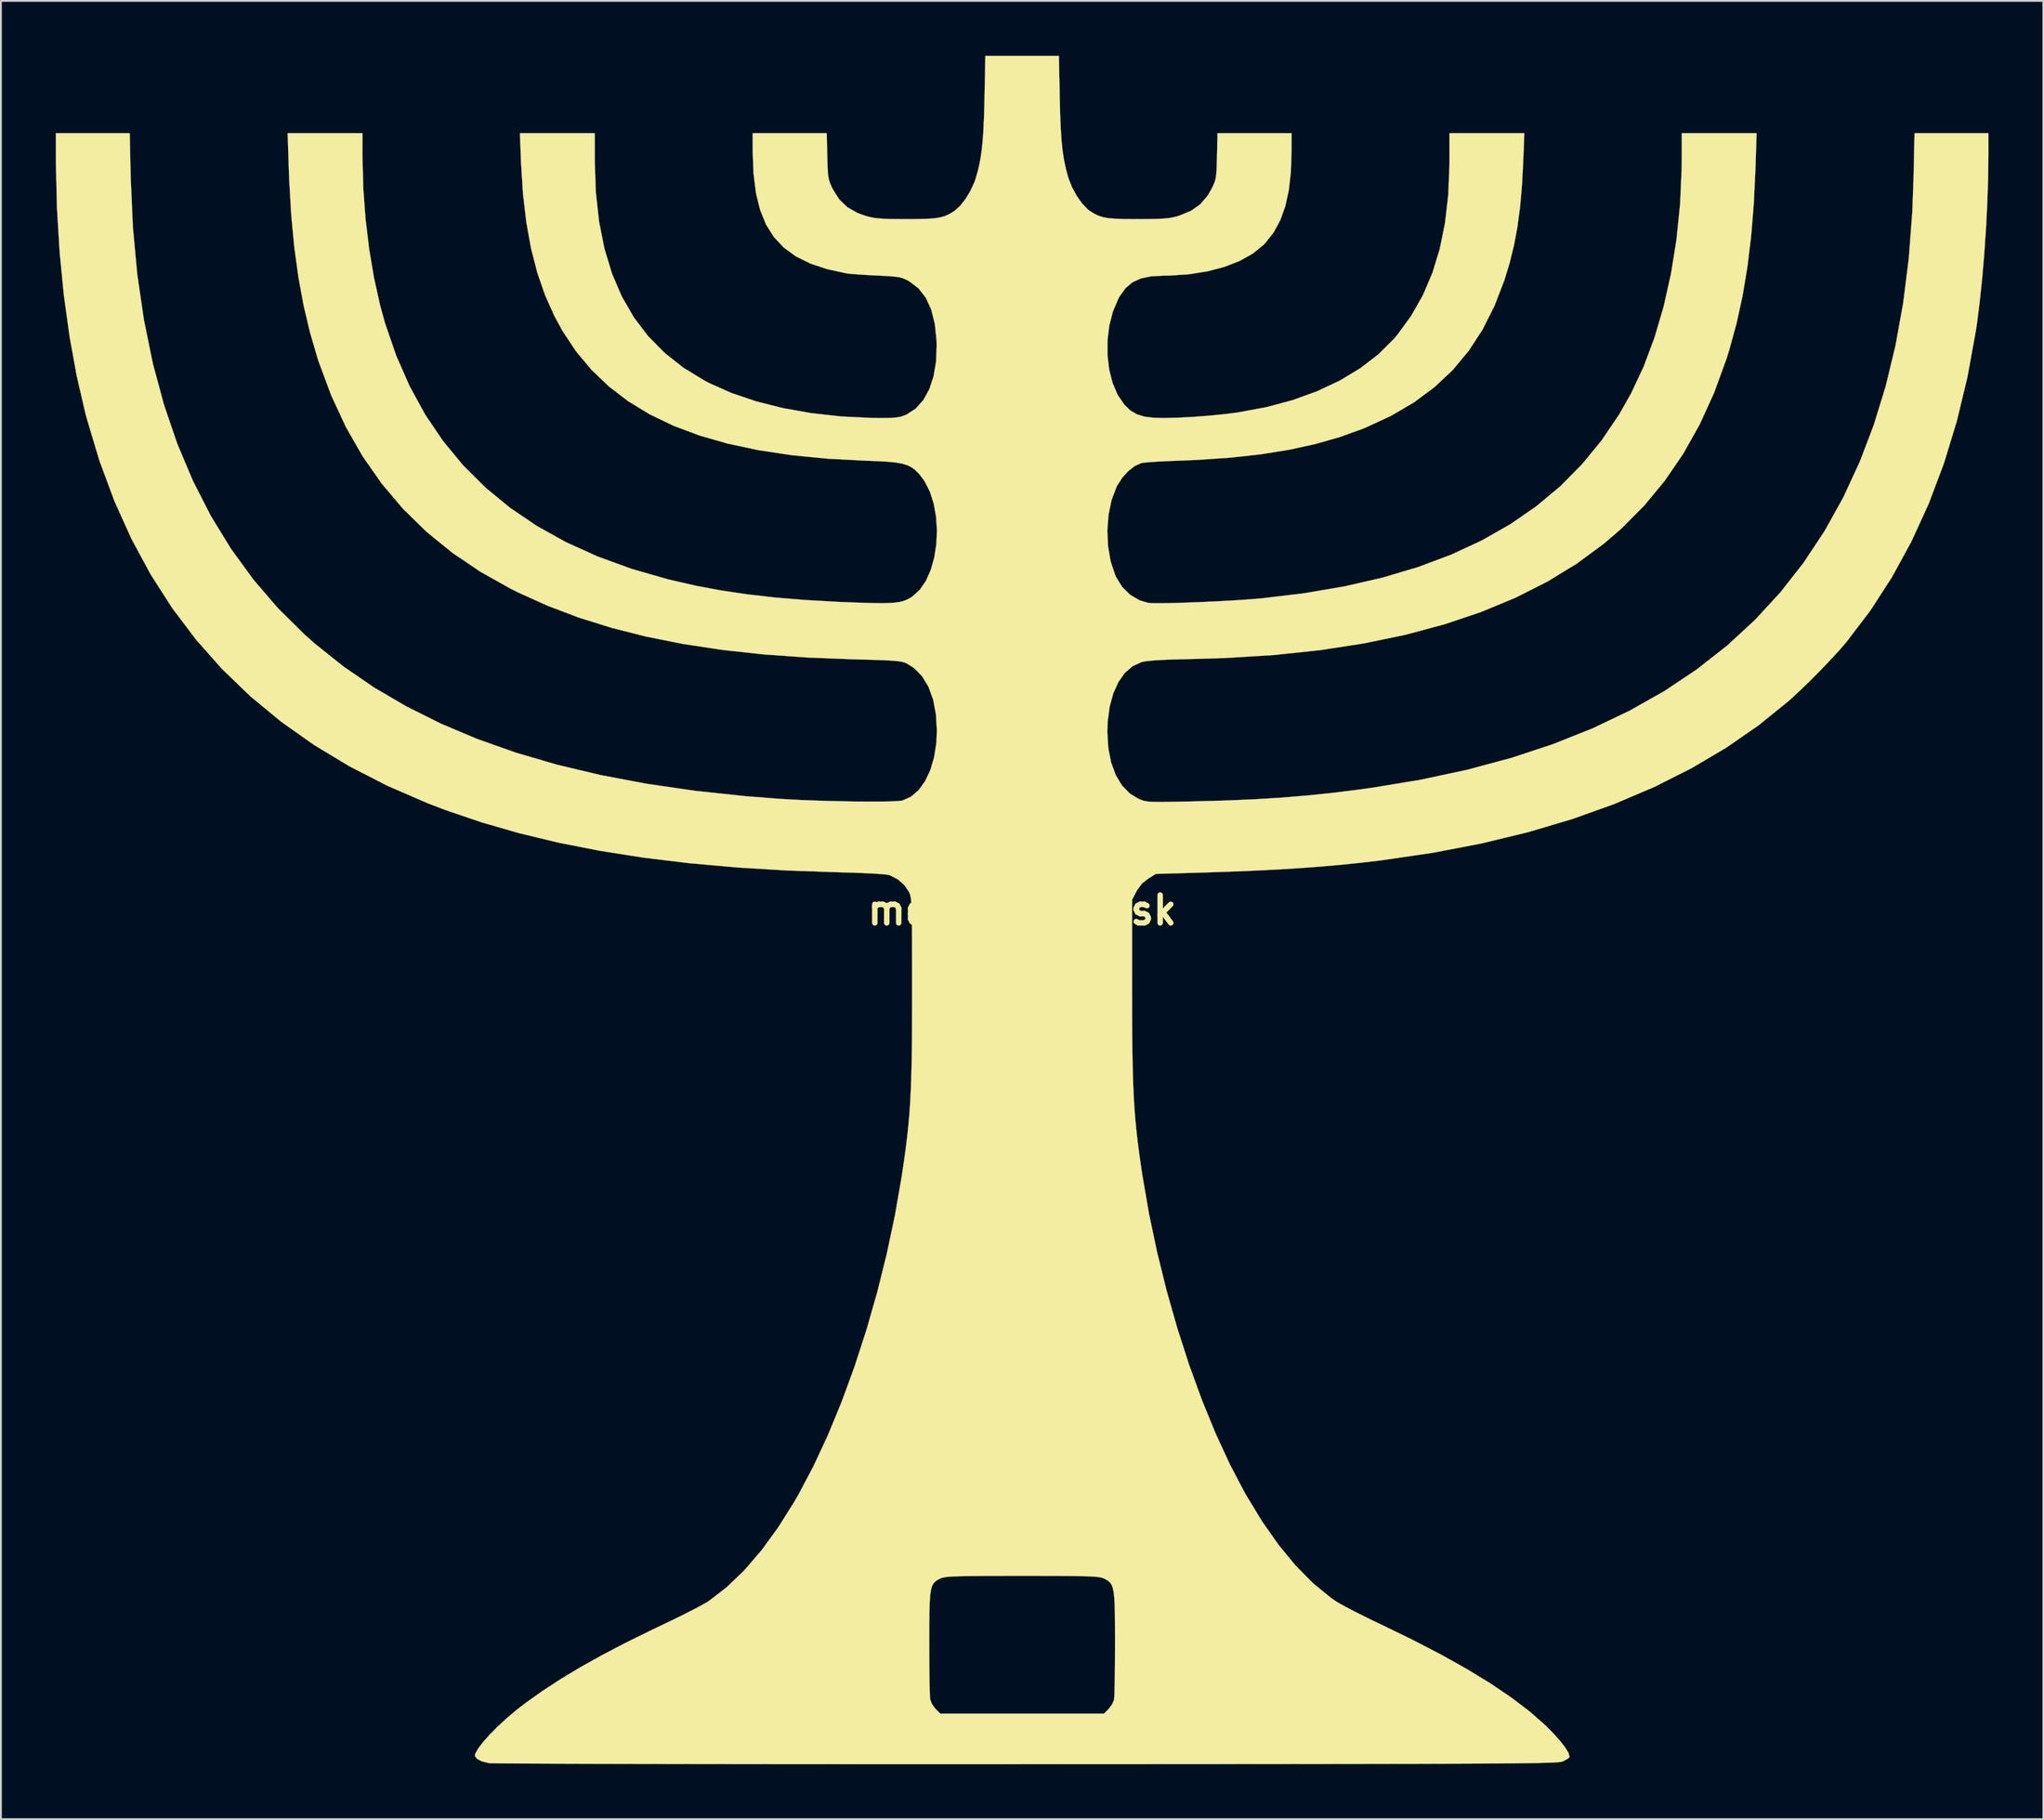
<source format=kicad_pcb>
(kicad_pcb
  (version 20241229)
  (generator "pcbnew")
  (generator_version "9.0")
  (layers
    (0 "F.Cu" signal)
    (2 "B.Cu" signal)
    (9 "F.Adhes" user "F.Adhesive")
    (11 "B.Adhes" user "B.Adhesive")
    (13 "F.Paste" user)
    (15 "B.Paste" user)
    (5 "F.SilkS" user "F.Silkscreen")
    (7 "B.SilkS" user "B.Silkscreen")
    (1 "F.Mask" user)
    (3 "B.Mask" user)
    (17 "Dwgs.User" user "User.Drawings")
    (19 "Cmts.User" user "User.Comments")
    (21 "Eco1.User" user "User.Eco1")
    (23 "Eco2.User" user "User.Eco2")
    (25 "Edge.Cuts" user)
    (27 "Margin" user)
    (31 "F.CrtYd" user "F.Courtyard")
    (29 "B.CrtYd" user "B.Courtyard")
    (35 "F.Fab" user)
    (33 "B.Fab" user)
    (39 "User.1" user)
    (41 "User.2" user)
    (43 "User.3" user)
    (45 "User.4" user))
  (footprint "menorah_mask"
    (layer "F.Cu")
    (at 52.837 46.741)
    (property "Reference" "menorah_mask" (at 0 0 0) (layer "F.SilkS") (effects (font (size 1.524 1.524) (thickness 0.3))))
    (attr through_hole)
    (fp_poly (pts (xy 2.056 -44.429) (xy 2.079 -43.513) (xy 2.112 -42.741) (xy 2.156 -42.087) (xy 2.215 -41.523) (xy 2.292 -41.025) (xy 2.39 -40.567) (xy 2.51 -40.122) (xy 2.539 -40.03) (xy 2.729 -39.545) (xy 2.989 -39.07) (xy 3.287 -38.651) (xy 3.593 -38.335) (xy 3.703 -38.252) (xy 3.94 -38.105) (xy 4.167 -37.994) (xy 4.413 -37.914) (xy 4.706 -37.86) (xy 5.075 -37.828) (xy 5.548 -37.811) (xy 6.154 -37.807) (xy 6.35 -37.807) (xy 6.943 -37.81) (xy 7.398 -37.818) (xy 7.748 -37.835) (xy 8.023 -37.862) (xy 8.255 -37.903) (xy 8.477 -37.96) (xy 8.594 -37.995) (xy 9.233 -38.259) (xy 9.742 -38.618) (xy 10.144 -39.089) (xy 10.329 -39.407) (xy 10.444 -39.636) (xy 10.525 -39.826) (xy 10.579 -40.013) (xy 10.613 -40.236) (xy 10.634 -40.531) (xy 10.647 -40.936) (xy 10.655 -41.245) (xy 10.684 -42.503) (xy 14.732 -42.503) (xy 14.731 -41.55) (xy 14.694 -40.402) (xy 14.582 -39.394) (xy 14.39 -38.513) (xy 14.115 -37.747) (xy 13.754 -37.082) (xy 13.301 -36.505) (xy 13.192 -36.391) (xy 12.616 -35.923) (xy 11.901 -35.522) (xy 11.066 -35.196) (xy 10.128 -34.949) (xy 9.105 -34.787) (xy 8.016 -34.716) (xy 7.743 -34.713) (xy 7.05 -34.677) (xy 6.488 -34.56) (xy 6.032 -34.35) (xy 5.659 -34.035) (xy 5.345 -33.602) (xy 5.262 -33.455) (xy 4.964 -32.755) (xy 4.766 -31.987) (xy 4.667 -31.182) (xy 4.665 -30.369) (xy 4.759 -29.579) (xy 4.946 -28.842) (xy 5.225 -28.189) (xy 5.594 -27.649) (xy 5.596 -27.648) (xy 5.911 -27.346) (xy 6.262 -27.135) (xy 6.684 -27.003) (xy 7.211 -26.938) (xy 7.662 -26.925) (xy 8.452 -26.941) (xy 9.341 -26.986) (xy 10.261 -27.056) (xy 11.145 -27.146) (xy 11.769 -27.227) (xy 13.317 -27.511) (xy 14.772 -27.899) (xy 16.125 -28.388) (xy 17.365 -28.971) (xy 18.483 -29.645) (xy 19.472 -30.405) (xy 20.32 -31.246) (xy 20.515 -31.476) (xy 21.275 -32.518) (xy 21.913 -33.644) (xy 22.432 -34.86) (xy 22.835 -36.175) (xy 23.124 -37.596) (xy 23.3 -39.132) (xy 23.367 -40.791) (xy 23.368 -41) (xy 23.368 -42.503) (xy 27.458 -42.503) (xy 27.398 -40.963) (xy 27.329 -39.644) (xy 27.225 -38.46) (xy 27.081 -37.38) (xy 26.893 -36.373) (xy 26.655 -35.408) (xy 26.371 -34.474) (xy 25.826 -33.057) (xy 25.177 -31.768) (xy 24.417 -30.601) (xy 23.541 -29.551) (xy 22.542 -28.611) (xy 21.414 -27.775) (xy 20.152 -27.036) (xy 18.751 -26.389) (xy 18.623 -26.337) (xy 17.367 -25.885) (xy 16.029 -25.503) (xy 14.594 -25.189) (xy 13.048 -24.941) (xy 11.379 -24.757) (xy 9.571 -24.634) (xy 8.551 -24.593) (xy 8.005 -24.572) (xy 7.499 -24.547) (xy 7.063 -24.519) (xy 6.728 -24.491) (xy 6.527 -24.465) (xy 6.51 -24.461) (xy 6.159 -24.302) (xy 5.797 -24.017) (xy 5.461 -23.643) (xy 5.188 -23.215) (xy 5.167 -23.173) (xy 4.894 -22.451) (xy 4.724 -21.637) (xy 4.658 -20.776) (xy 4.697 -19.91) (xy 4.84 -19.081) (xy 5.089 -18.334) (xy 5.132 -18.237) (xy 5.468 -17.691) (xy 5.904 -17.258) (xy 6.416 -16.955) (xy 6.9 -16.813) (xy 7.102 -16.799) (xy 7.449 -16.795) (xy 7.914 -16.799) (xy 8.474 -16.812) (xy 9.103 -16.833) (xy 9.777 -16.859) (xy 10.471 -16.891) (xy 11.16 -16.926) (xy 11.82 -16.965) (xy 12.424 -17.007) (xy 12.949 -17.049) (xy 13.081 -17.061) (xy 15.425 -17.341) (xy 17.631 -17.718) (xy 19.703 -18.194) (xy 21.643 -18.771) (xy 23.452 -19.448) (xy 25.133 -20.229) (xy 26.688 -21.113) (xy 28.12 -22.103) (xy 29.43 -23.198) (xy 30.62 -24.402) (xy 31.694 -25.714) (xy 32.653 -27.136) (xy 33.3 -28.279) (xy 33.984 -29.737) (xy 34.577 -31.324) (xy 35.076 -33.022) (xy 35.478 -34.815) (xy 35.779 -36.686) (xy 35.976 -38.617) (xy 36.063 -40.592) (xy 36.068 -41.165) (xy 36.068 -42.503) (xy 40.158 -42.503) (xy 40.099 -40.661) (xy 40.008 -38.708) (xy 39.862 -36.896) (xy 39.658 -35.206) (xy 39.393 -33.617) (xy 39.064 -32.109) (xy 38.668 -30.663) (xy 38.509 -30.156) (xy 37.835 -28.306) (xy 37.05 -26.582) (xy 36.153 -24.981) (xy 35.139 -23.498) (xy 34.007 -22.128) (xy 32.753 -20.867) (xy 31.792 -20.041) (xy 30.321 -18.958) (xy 28.714 -17.976) (xy 26.973 -17.096) (xy 25.098 -16.318) (xy 23.09 -15.642) (xy 20.949 -15.068) (xy 18.676 -14.596) (xy 16.272 -14.227) (xy 13.736 -13.96) (xy 11.071 -13.797) (xy 9.483 -13.749) (xy 8.65 -13.73) (xy 7.972 -13.709) (xy 7.434 -13.683) (xy 7.023 -13.652) (xy 6.723 -13.616) (xy 6.534 -13.578) (xy 6.048 -13.358) (xy 5.623 -12.992) (xy 5.268 -12.493) (xy 4.987 -11.875) (xy 4.788 -11.151) (xy 4.678 -10.334) (xy 4.657 -9.755) (xy 4.71 -8.873) (xy 4.866 -8.083) (xy 5.118 -7.396) (xy 5.461 -6.826) (xy 5.89 -6.384) (xy 6.372 -6.094) (xy 6.501 -6.04) (xy 6.624 -5.997) (xy 6.761 -5.966) (xy 6.933 -5.944) (xy 7.16 -5.931) (xy 7.465 -5.926) (xy 7.867 -5.928) (xy 8.387 -5.936) (xy 9.047 -5.948) (xy 9.398 -5.956) (xy 11.092 -6.002) (xy 12.657 -6.068) (xy 14.13 -6.158) (xy 15.55 -6.275) (xy 16.957 -6.42) (xy 18.389 -6.598) (xy 19.092 -6.695) (xy 21.778 -7.138) (xy 24.33 -7.684) (xy 26.75 -8.335) (xy 29.038 -9.091) (xy 31.195 -9.953) (xy 33.223 -10.921) (xy 35.123 -11.996) (xy 36.894 -13.179) (xy 38.539 -14.471) (xy 40.059 -15.872) (xy 41.453 -17.383) (xy 42.724 -19.005) (xy 43.872 -20.738) (xy 44.898 -22.583) (xy 45.803 -24.54) (xy 46.561 -26.533) (xy 47.214 -28.653) (xy 47.751 -30.876) (xy 48.173 -33.208) (xy 48.48 -35.652) (xy 48.674 -38.214) (xy 48.743 -40.111) (xy 48.794 -42.503) (xy 52.832 -42.503) (xy 52.832 -41.295) (xy 52.817 -40.039) (xy 52.772 -38.7) (xy 52.702 -37.318) (xy 52.608 -35.932) (xy 52.493 -34.581) (xy 52.36 -33.304) (xy 52.213 -32.141) (xy 52.149 -31.708) (xy 51.687 -29.168) (xy 51.103 -26.745) (xy 50.399 -24.438) (xy 49.573 -22.248) (xy 48.626 -20.175) (xy 47.559 -18.221) (xy 46.372 -16.385) (xy 45.064 -14.668) (xy 45.037 -14.635) (xy 44.661 -14.201) (xy 44.192 -13.691) (xy 43.665 -13.141) (xy 43.115 -12.586) (xy 42.576 -12.062) (xy 42.084 -11.603) (xy 41.91 -11.448) (xy 40.276 -10.124) (xy 38.506 -8.898) (xy 36.601 -7.772) (xy 34.564 -6.746) (xy 32.397 -5.821) (xy 30.101 -4.998) (xy 27.679 -4.277) (xy 25.132 -3.66) (xy 22.462 -3.146) (xy 19.672 -2.737) (xy 19.473 -2.712) (xy 18.402 -2.588) (xy 17.336 -2.48) (xy 16.251 -2.385) (xy 15.122 -2.302) (xy 13.926 -2.229) (xy 12.637 -2.165) (xy 11.232 -2.109) (xy 9.686 -2.058) (xy 9.391 -2.05) (xy 7.31 -1.99) (xy 6.897 -1.734) (xy 6.554 -1.465) (xy 6.296 -1.114) (xy 6.248 -1.026) (xy 6.011 -0.573) (xy 6.012 4.264) (xy 6.013 5.552) (xy 6.019 6.69) (xy 6.029 7.697) (xy 6.045 8.594) (xy 6.068 9.398) (xy 6.099 10.13) (xy 6.139 10.81) (xy 6.19 11.455) (xy 6.251 12.087) (xy 6.325 12.724) (xy 6.412 13.386) (xy 6.514 14.092) (xy 6.572 14.478) (xy 6.934 16.584) (xy 7.379 18.698) (xy 7.898 20.799) (xy 8.486 22.864) (xy 9.134 24.873) (xy 9.836 26.802) (xy 10.585 28.63) (xy 11.373 30.335) (xy 12.194 31.896) (xy 12.231 31.962) (xy 13.117 33.421) (xy 14.025 34.716) (xy 14.954 35.844) (xy 15.905 36.807) (xy 16.875 37.601) (xy 17.119 37.772) (xy 17.347 37.911) (xy 17.7 38.105) (xy 18.149 38.34) (xy 18.666 38.601) (xy 19.221 38.872) (xy 19.581 39.044) (xy 21.335 39.897) (xy 22.927 40.723) (xy 24.359 41.527) (xy 25.638 42.309) (xy 26.765 43.074) (xy 27.747 43.823) (xy 28.587 44.56) (xy 29.055 45.03) (xy 29.433 45.454) (xy 29.71 45.814) (xy 29.878 46.098) (xy 29.928 46.29) (xy 29.913 46.339) (xy 29.812 46.42) (xy 29.618 46.527) (xy 29.559 46.554) (xy 29.523 46.567) (xy 29.467 46.579) (xy 29.387 46.59) (xy 29.277 46.6) (xy 29.132 46.61) (xy 28.947 46.619) (xy 28.716 46.628) (xy 28.434 46.635) (xy 28.097 46.643) (xy 27.698 46.649) (xy 27.232 46.655) (xy 26.694 46.661) (xy 26.079 46.666) (xy 25.382 46.671) (xy 24.596 46.675) (xy 23.718 46.679) (xy 22.741 46.682) (xy 21.661 46.686) (xy 20.471 46.688) (xy 19.168 46.691) (xy 17.745 46.693) (xy 16.197 46.695) (xy 14.519 46.697) (xy 12.706 46.699) (xy 10.752 46.7) (xy 8.652 46.701) (xy 6.401 46.703) (xy 3.993 46.704) (xy 1.424 46.705) (xy 0.254 46.705) (xy -1.956 46.706) (xy -4.124 46.706) (xy -6.245 46.706) (xy -8.311 46.706) (xy -10.317 46.705) (xy -12.257 46.704) (xy -14.123 46.702) (xy -15.911 46.7) (xy -17.613 46.698) (xy -19.224 46.695) (xy -20.737 46.693) (xy -22.146 46.689) (xy -23.445 46.686) (xy -24.628 46.682) (xy -25.687 46.678) (xy -26.618 46.674) (xy -27.413 46.67) (xy -28.068 46.665) (xy -28.574 46.661) (xy -28.926 46.656) (xy -29.119 46.651) (xy -29.152 46.648) (xy -29.528 46.554) (xy -29.789 46.425) (xy -29.915 46.273) (xy -29.914 46.164) (xy -29.761 45.878) (xy -29.489 45.515) (xy -29.12 45.098) (xy -28.674 44.648) (xy -28.171 44.184) (xy -27.632 43.729) (xy -27.16 43.365) (xy -26.226 42.702) (xy -25.232 42.052) (xy -24.158 41.405) (xy -22.986 40.75) (xy -21.743 40.1) (xy -5.08 40.1) (xy -5.078 40.785) (xy -5.074 41.426) (xy -5.067 42) (xy -5.058 42.486) (xy -5.047 42.861) (xy -5.034 43.102) (xy -5.026 43.175) (xy -4.929 43.413) (xy -4.76 43.654) (xy -4.723 43.693) (xy -4.474 43.942) (xy 4.474 43.942) (xy 4.723 43.693) (xy 4.9 43.463) (xy 5.016 43.217) (xy 5.026 43.175) (xy 5.039 43.026) (xy 5.051 42.731) (xy 5.061 42.311) (xy 5.07 41.789) (xy 5.076 41.186) (xy 5.079 40.526) (xy 5.08 40.1) (xy 5.079 39.272) (xy 5.074 38.595) (xy 5.062 38.054) (xy 5.041 37.629) (xy 5.007 37.306) (xy 4.957 37.065) (xy 4.89 36.89) (xy 4.801 36.763) (xy 4.688 36.667) (xy 4.548 36.586) (xy 4.487 36.555) (xy 4.408 36.521) (xy 4.308 36.493) (xy 4.172 36.47) (xy 3.985 36.451) (xy 3.733 36.436) (xy 3.4 36.425) (xy 2.973 36.417) (xy 2.435 36.412) (xy 1.773 36.409) (xy 0.971 36.407) (xy 0.015 36.407) (xy 0 36.407) (xy -0.958 36.407) (xy -1.762 36.409) (xy -2.426 36.412) (xy -2.966 36.417) (xy -3.395 36.425) (xy -3.729 36.436) (xy -3.982 36.451) (xy -4.169 36.469) (xy -4.306 36.492) (xy -4.407 36.521) (xy -4.486 36.554) (xy -4.487 36.555) (xy -4.638 36.636) (xy -4.761 36.724) (xy -4.859 36.837) (xy -4.934 36.992) (xy -4.99 37.206) (xy -5.03 37.497) (xy -5.055 37.881) (xy -5.07 38.376) (xy -5.078 39) (xy -5.08 39.769) (xy -5.08 40.1) (xy -21.743 40.1) (xy -21.696 40.076) (xy -20.271 39.373) (xy -19.581 39.044) (xy -19.017 38.773) (xy -18.472 38.504) (xy -17.977 38.251) (xy -17.559 38.029) (xy -17.248 37.853) (xy -17.119 37.772) (xy -16.143 37.019) (xy -15.188 36.098) (xy -14.253 35.011) (xy -13.34 33.758) (xy -12.449 32.339) (xy -12.231 31.962) (xy -11.409 30.408) (xy -10.619 28.708) (xy -9.868 26.885) (xy -9.164 24.96) (xy -8.513 22.955) (xy -7.923 20.892) (xy -7.401 18.792) (xy -6.953 16.678) (xy -6.586 14.571) (xy -6.572 14.478) (xy -6.463 13.743) (xy -6.368 13.062) (xy -6.288 12.416) (xy -6.22 11.786) (xy -6.164 11.151) (xy -6.119 10.493) (xy -6.084 9.793) (xy -6.057 9.03) (xy -6.037 8.187) (xy -6.024 7.242) (xy -6.017 6.178) (xy -6.014 4.975) (xy -6.014 4.233) (xy -6.014 3.198) (xy -6.016 2.318) (xy -6.018 1.58) (xy -6.022 0.97) (xy -6.028 0.474) (xy -6.037 0.079) (xy -6.049 -0.231) (xy -6.063 -0.467) (xy -6.082 -0.645) (xy -6.104 -0.777) (xy -6.132 -0.878) (xy -6.164 -0.962) (xy -6.172 -0.98) (xy -6.429 -1.367) (xy -6.797 -1.693) (xy -7.219 -1.908) (xy -7.311 -1.935) (xy -7.491 -1.962) (xy -7.813 -1.989) (xy -8.249 -2.015) (xy -8.774 -2.04) (xy -9.359 -2.061) (xy -9.864 -2.074) (xy -12.789 -2.174) (xy -15.567 -2.341) (xy -18.204 -2.576) (xy -20.71 -2.88) (xy -23.091 -3.255) (xy -25.357 -3.701) (xy -27.516 -4.222) (xy -29.575 -4.817) (xy -31.543 -5.488) (xy -32.512 -5.859) (xy -34.709 -6.812) (xy -36.774 -7.872) (xy -38.71 -9.039) (xy -40.516 -10.316) (xy -42.195 -11.702) (xy -43.747 -13.2) (xy -45.173 -14.811) (xy -46.474 -16.535) (xy -47.651 -18.375) (xy -48.706 -20.33) (xy -49.639 -22.403) (xy -50.451 -24.595) (xy -51.144 -26.906) (xy -51.224 -27.209) (xy -51.691 -29.227) (xy -52.081 -31.375) (xy -52.393 -33.631) (xy -52.623 -35.974) (xy -52.77 -38.382) (xy -52.83 -40.833) (xy -52.832 -41.295) (xy -52.832 -42.503) (xy -48.794 -42.503) (xy -48.743 -40.111) (xy -48.623 -37.386) (xy -48.382 -34.777) (xy -48.017 -32.286) (xy -47.531 -29.911) (xy -46.922 -27.653) (xy -46.191 -25.51) (xy -45.336 -23.483) (xy -44.359 -21.571) (xy -43.259 -19.775) (xy -42.036 -18.093) (xy -40.69 -16.525) (xy -39.22 -15.071) (xy -38.65 -14.566) (xy -37.102 -13.331) (xy -35.447 -12.195) (xy -33.679 -11.157) (xy -31.797 -10.216) (xy -29.796 -9.371) (xy -27.673 -8.619) (xy -25.425 -7.961) (xy -23.047 -7.396) (xy -20.537 -6.921) (xy -17.89 -6.535) (xy -15.104 -6.239) (xy -13.25 -6.095) (xy -12.626 -6.058) (xy -11.938 -6.026) (xy -11.21 -5.998) (xy -10.463 -5.976) (xy -9.72 -5.96) (xy -9.002 -5.949) (xy -8.334 -5.945) (xy -7.736 -5.947) (xy -7.231 -5.955) (xy -6.842 -5.971) (xy -6.59 -5.994) (xy -6.533 -6.006) (xy -6.066 -6.219) (xy -5.652 -6.58) (xy -5.3 -7.071) (xy -5.016 -7.676) (xy -4.81 -8.379) (xy -4.689 -9.163) (xy -4.66 -9.821) (xy -4.713 -10.728) (xy -4.868 -11.534) (xy -5.123 -12.23) (xy -5.471 -12.806) (xy -5.908 -13.251) (xy -6.31 -13.503) (xy -6.422 -13.55) (xy -6.557 -13.588) (xy -6.734 -13.619) (xy -6.974 -13.644) (xy -7.296 -13.666) (xy -7.722 -13.685) (xy -8.269 -13.703) (xy -8.959 -13.721) (xy -9.229 -13.728) (xy -11.764 -13.827) (xy -14.155 -13.998) (xy -16.409 -14.245) (xy -18.535 -14.567) (xy -20.543 -14.967) (xy -22.44 -15.448) (xy -24.236 -16.009) (xy -25.939 -16.655) (xy -27.557 -17.385) (xy -27.955 -17.584) (xy -29.625 -18.52) (xy -31.163 -19.561) (xy -32.574 -20.71) (xy -33.858 -21.969) (xy -35.018 -23.341) (xy -36.056 -24.828) (xy -36.975 -26.434) (xy -37.776 -28.161) (xy -38.463 -30.011) (xy -38.51 -30.155) (xy -38.93 -31.585) (xy -39.283 -33.068) (xy -39.57 -34.625) (xy -39.795 -36.274) (xy -39.962 -38.037) (xy -40.072 -39.934) (xy -40.099 -40.661) (xy -40.158 -42.503) (xy -36.068 -42.503) (xy -36.068 -41.165) (xy -36.026 -39.515) (xy -35.904 -37.845) (xy -35.706 -36.193) (xy -35.439 -34.599) (xy -35.107 -33.099) (xy -34.839 -32.127) (xy -34.224 -30.339) (xy -33.49 -28.668) (xy -32.638 -27.112) (xy -31.664 -25.67) (xy -30.568 -24.341) (xy -29.348 -23.124) (xy -28.002 -22.017) (xy -26.531 -21.02) (xy -24.93 -20.13) (xy -23.201 -19.348) (xy -21.34 -18.671) (xy -19.347 -18.098) (xy -17.822 -17.749) (xy -16.461 -17.494) (xy -15.034 -17.282) (xy -13.519 -17.109) (xy -11.891 -16.974) (xy -10.129 -16.873) (xy -9.433 -16.844) (xy -8.655 -16.817) (xy -8.024 -16.801) (xy -7.519 -16.8) (xy -7.12 -16.814) (xy -6.805 -16.846) (xy -6.553 -16.897) (xy -6.343 -16.97) (xy -6.153 -17.067) (xy -6.015 -17.153) (xy -5.601 -17.523) (xy -5.26 -18.02) (xy -4.994 -18.62) (xy -4.804 -19.295) (xy -4.691 -20.019) (xy -4.657 -20.768) (xy -4.703 -21.515) (xy -4.831 -22.233) (xy -5.043 -22.898) (xy -5.34 -23.483) (xy -5.621 -23.855) (xy -5.82 -24.057) (xy -6.022 -24.216) (xy -6.253 -24.337) (xy -6.537 -24.427) (xy -6.898 -24.491) (xy -7.361 -24.537) (xy -7.95 -24.569) (xy -8.509 -24.59) (xy -10.619 -24.7) (xy -12.584 -24.892) (xy -14.407 -25.166) (xy -16.093 -25.525) (xy -17.645 -25.971) (xy -19.068 -26.506) (xy -20.367 -27.131) (xy -21.544 -27.848) (xy -22.604 -28.66) (xy -23.552 -29.569) (xy -24.391 -30.575) (xy -25.126 -31.682) (xy -25.576 -32.51) (xy -26.087 -33.654) (xy -26.51 -34.881) (xy -26.85 -36.204) (xy -27.109 -37.638) (xy -27.291 -39.196) (xy -27.398 -40.892) (xy -27.402 -40.988) (xy -27.458 -42.503) (xy -23.368 -42.503) (xy -23.368 -40.999) (xy -23.31 -39.276) (xy -23.133 -37.674) (xy -22.839 -36.191) (xy -22.424 -34.825) (xy -21.889 -33.573) (xy -21.232 -32.435) (xy -20.453 -31.408) (xy -19.55 -30.49) (xy -18.523 -29.679) (xy -17.369 -28.973) (xy -17.132 -28.848) (xy -15.908 -28.301) (xy -14.553 -27.84) (xy -13.086 -27.469) (xy -11.522 -27.191) (xy -9.88 -27.01) (xy -8.176 -26.929) (xy -7.662 -26.925) (xy -7.221 -26.93) (xy -6.903 -26.951) (xy -6.66 -26.992) (xy -6.446 -27.062) (xy -6.307 -27.123) (xy -5.814 -27.444) (xy -5.403 -27.905) (xy -5.078 -28.492) (xy -4.845 -29.195) (xy -4.707 -30.002) (xy -4.671 -30.901) (xy -4.678 -31.148) (xy -4.772 -32.068) (xy -4.967 -32.852) (xy -5.263 -33.501) (xy -5.661 -34.015) (xy -6.159 -34.396) (xy -6.173 -34.403) (xy -6.356 -34.501) (xy -6.522 -34.573) (xy -6.706 -34.623) (xy -6.94 -34.658) (xy -7.261 -34.685) (xy -7.701 -34.709) (xy -7.951 -34.721) (xy -8.436 -34.746) (xy -8.888 -34.775) (xy -9.268 -34.803) (xy -9.535 -34.83) (xy -9.61 -34.841) (xy -10.664 -35.071) (xy -11.58 -35.377) (xy -12.366 -35.765) (xy -13.027 -36.244) (xy -13.571 -36.823) (xy -14.002 -37.509) (xy -14.327 -38.311) (xy -14.553 -39.237) (xy -14.685 -40.296) (xy -14.731 -41.494) (xy -14.731 -41.55) (xy -14.732 -42.503) (xy -10.684 -42.503) (xy -10.655 -41.252) (xy -10.642 -40.763) (xy -10.626 -40.406) (xy -10.6 -40.142) (xy -10.557 -39.935) (xy -10.492 -39.746) (xy -10.397 -39.538) (xy -10.343 -39.428) (xy -9.998 -38.881) (xy -9.556 -38.457) (xy -8.995 -38.139) (xy -8.607 -37.998) (xy -8.375 -37.931) (xy -8.149 -37.882) (xy -7.898 -37.848) (xy -7.59 -37.826) (xy -7.194 -37.813) (xy -6.676 -37.808) (xy -6.35 -37.807) (xy -5.702 -37.809) (xy -5.195 -37.822) (xy -4.8 -37.849) (xy -4.489 -37.897) (xy -4.233 -37.969) (xy -4.003 -38.071) (xy -3.772 -38.207) (xy -3.703 -38.252) (xy -3.402 -38.519) (xy -3.097 -38.905) (xy -2.82 -39.364) (xy -2.6 -39.851) (xy -2.539 -40.03) (xy -2.413 -40.475) (xy -2.311 -40.928) (xy -2.23 -41.416) (xy -2.167 -41.963) (xy -2.12 -42.597) (xy -2.085 -43.343) (xy -2.06 -44.226) (xy -2.056 -44.429) (xy -2.01 -46.736) (xy 2.01 -46.736) (xy 2.056 -44.429)) (stroke (width 0.01) (type solid)) (fill yes) (layer "F.SilkS")))
  (gr_rect
    (start -3 -3)
    (end 108.674 96.452)
    (stroke (width 0.1) (type default))
    (fill no)
    (layer "Edge.Cuts")))
</source>
